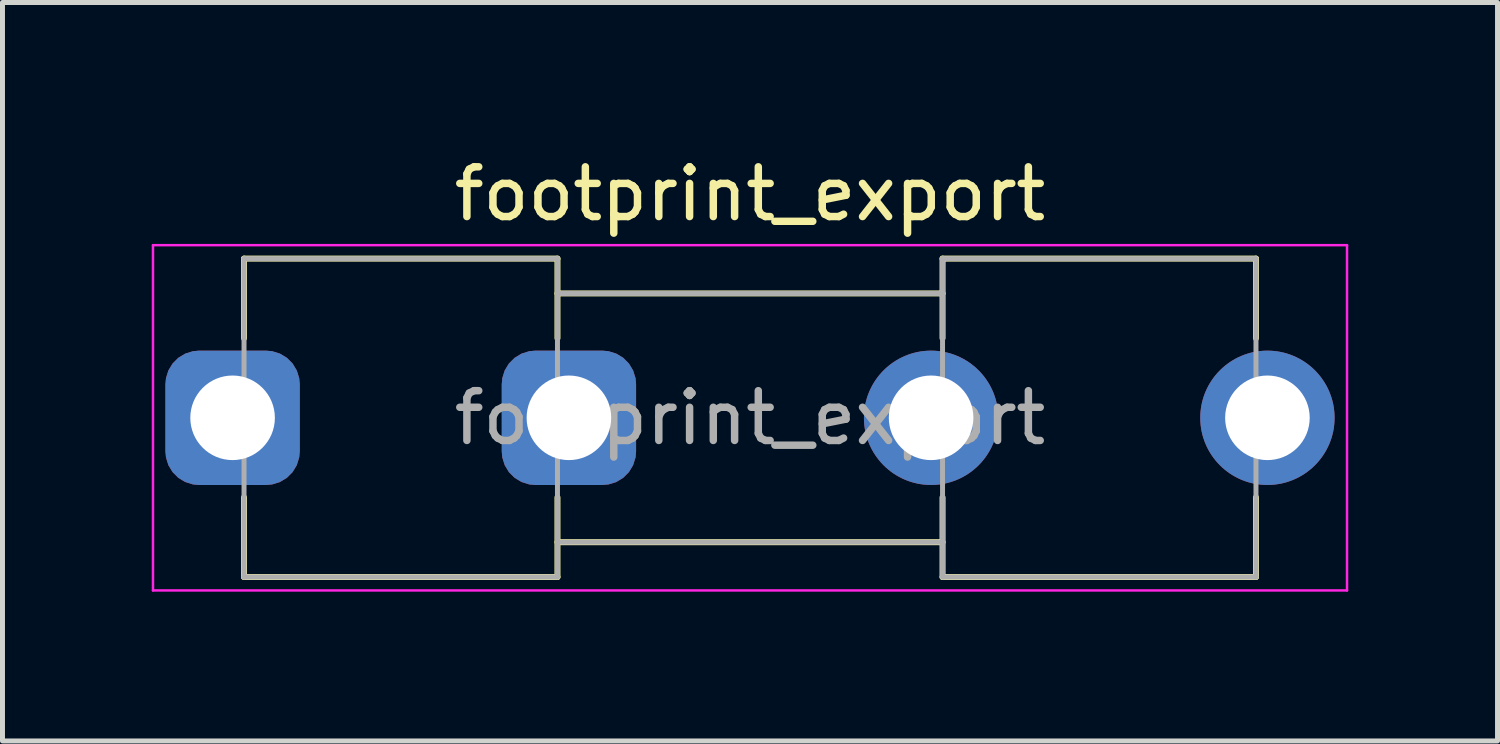
<source format=kicad_pcb>
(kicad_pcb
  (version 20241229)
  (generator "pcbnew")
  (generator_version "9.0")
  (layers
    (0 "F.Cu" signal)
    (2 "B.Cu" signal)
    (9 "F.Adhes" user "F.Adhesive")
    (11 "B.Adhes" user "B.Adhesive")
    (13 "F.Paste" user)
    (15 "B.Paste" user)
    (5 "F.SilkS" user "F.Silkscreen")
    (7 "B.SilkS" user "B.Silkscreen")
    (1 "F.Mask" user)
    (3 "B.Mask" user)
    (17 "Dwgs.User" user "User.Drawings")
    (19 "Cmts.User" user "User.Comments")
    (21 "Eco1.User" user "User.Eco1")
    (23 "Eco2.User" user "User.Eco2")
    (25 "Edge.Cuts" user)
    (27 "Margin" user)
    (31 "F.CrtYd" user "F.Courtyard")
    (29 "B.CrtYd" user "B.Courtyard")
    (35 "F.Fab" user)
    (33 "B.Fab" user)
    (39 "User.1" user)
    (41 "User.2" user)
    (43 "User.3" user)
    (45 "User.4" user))
  (footprint "footprint_export"
    (layer "F.Cu")
    (at 1.625 5.348)
    (property "Reference" "footprint_export" (at 10.4 -4.5 0) (layer "F.SilkS") (effects (font (size 1 1) (thickness 0.15))))
    (attr through_hole)
    (fp_line (start 0.23 -3.2) (end 0.23 -1.6) (stroke (width 0.12) (type solid)) (layer "F.SilkS"))
    (fp_line (start 0.23 3.2) (end 0.23 1.6) (stroke (width 0.12) (type solid)) (layer "F.SilkS"))
    (fp_line (start 6.53 -3.2) (end 0.23 -3.2) (stroke (width 0.12) (type solid)) (layer "F.SilkS"))
    (fp_line (start 6.53 -3.2) (end 6.53 -1.6) (stroke (width 0.12) (type solid)) (layer "F.SilkS"))
    (fp_line (start 6.53 3.2) (end 0.23 3.2) (stroke (width 0.12) (type solid)) (layer "F.SilkS"))
    (fp_line (start 6.53 3.2) (end 6.53 1.6) (stroke (width 0.12) (type solid)) (layer "F.SilkS"))
    (fp_line (start 14.27 -3.2) (end 14.27 -1.6) (stroke (width 0.12) (type solid)) (layer "F.SilkS"))
    (fp_line (start 14.27 -2.5) (end 6.53 -2.5) (stroke (width 0.12) (type solid)) (layer "F.SilkS"))
    (fp_line (start 14.27 2.5) (end 6.53 2.5) (stroke (width 0.12) (type solid)) (layer "F.SilkS"))
    (fp_line (start 14.27 3.2) (end 14.27 1.6) (stroke (width 0.12) (type solid)) (layer "F.SilkS"))
    (fp_line (start 14.27 3.2) (end 20.57 3.2) (stroke (width 0.12) (type solid)) (layer "F.SilkS"))
    (fp_line (start 20.57 -3.2) (end 14.27 -3.2) (stroke (width 0.12) (type solid)) (layer "F.SilkS"))
    (fp_line (start 20.57 -1.6) (end 20.57 -3.2) (stroke (width 0.12) (type solid)) (layer "F.SilkS"))
    (fp_line (start 20.57 1.6) (end 20.57 3.2) (stroke (width 0.12) (type solid)) (layer "F.SilkS"))
    (fp_line (start -1.6 -3.47) (end -1.6 3.47) (stroke (width 0.05) (type solid)) (layer "F.CrtYd"))
    (fp_line (start -1.6 -3.47) (end 22.4 -3.47) (stroke (width 0.05) (type solid)) (layer "F.CrtYd"))
    (fp_line (start 22.4 3.47) (end -1.6 3.47) (stroke (width 0.05) (type solid)) (layer "F.CrtYd"))
    (fp_line (start 22.4 3.47) (end 22.4 -3.47) (stroke (width 0.05) (type solid)) (layer "F.CrtYd"))
    (fp_line (start 0.23 -3.2) (end 6.53 -3.2) (stroke (width 0.1) (type solid)) (layer "F.Fab"))
    (fp_line (start 0.23 3.2) (end 0.23 -3.2) (stroke (width 0.1) (type solid)) (layer "F.Fab"))
    (fp_line (start 6.53 -3.2) (end 6.53 3.2) (stroke (width 0.1) (type solid)) (layer "F.Fab"))
    (fp_line (start 6.53 -2.5) (end 14.27 -2.5) (stroke (width 0.1) (type solid)) (layer "F.Fab"))
    (fp_line (start 6.53 3.2) (end 0.23 3.2) (stroke (width 0.1) (type solid)) (layer "F.Fab"))
    (fp_line (start 14.27 -3.2) (end 14.27 3.2) (stroke (width 0.1) (type solid)) (layer "F.Fab"))
    (fp_line (start 14.27 2.5) (end 6.53 2.5) (stroke (width 0.1) (type solid)) (layer "F.Fab"))
    (fp_line (start 14.27 3.2) (end 20.57 3.2) (stroke (width 0.1) (type solid)) (layer "F.Fab"))
    (fp_line (start 20.57 -3.2) (end 14.27 -3.2) (stroke (width 0.1) (type solid)) (layer "F.Fab"))
    (fp_line (start 20.57 3.2) (end 20.57 -3.2) (stroke (width 0.1) (type solid)) (layer "F.Fab"))
    (fp_text user "${REFERENCE}" (at 10.4 0 0) (layer "F.Fab") (effects (font (size 1 1) (thickness 0.15))))
    (pad "1" thru_hole roundrect (at 0 0) (size 2.7 2.7) (drill 1.7) (layers "*.Cu" "*.Mask") (roundrect_rratio 0.25))
    (pad "1" thru_hole roundrect (at 6.76 0) (size 2.7 2.7) (drill 1.7) (layers "*.Cu" "*.Mask") (roundrect_rratio 0.25))
    (pad "2" thru_hole circle (at 14.04 0) (size 2.7 2.7) (drill 1.7) (layers "*.Cu" "*.Mask"))
    (pad "2" thru_hole circle (at 20.8 0) (size 2.7 2.7) (drill 1.7) (layers "*.Cu" "*.Mask")))
  (gr_rect
    (start -3 -3)
    (end 27.05 11.843)
    (stroke (width 0.1) (type default))
    (fill no)
    (layer "Edge.Cuts")))
</source>
